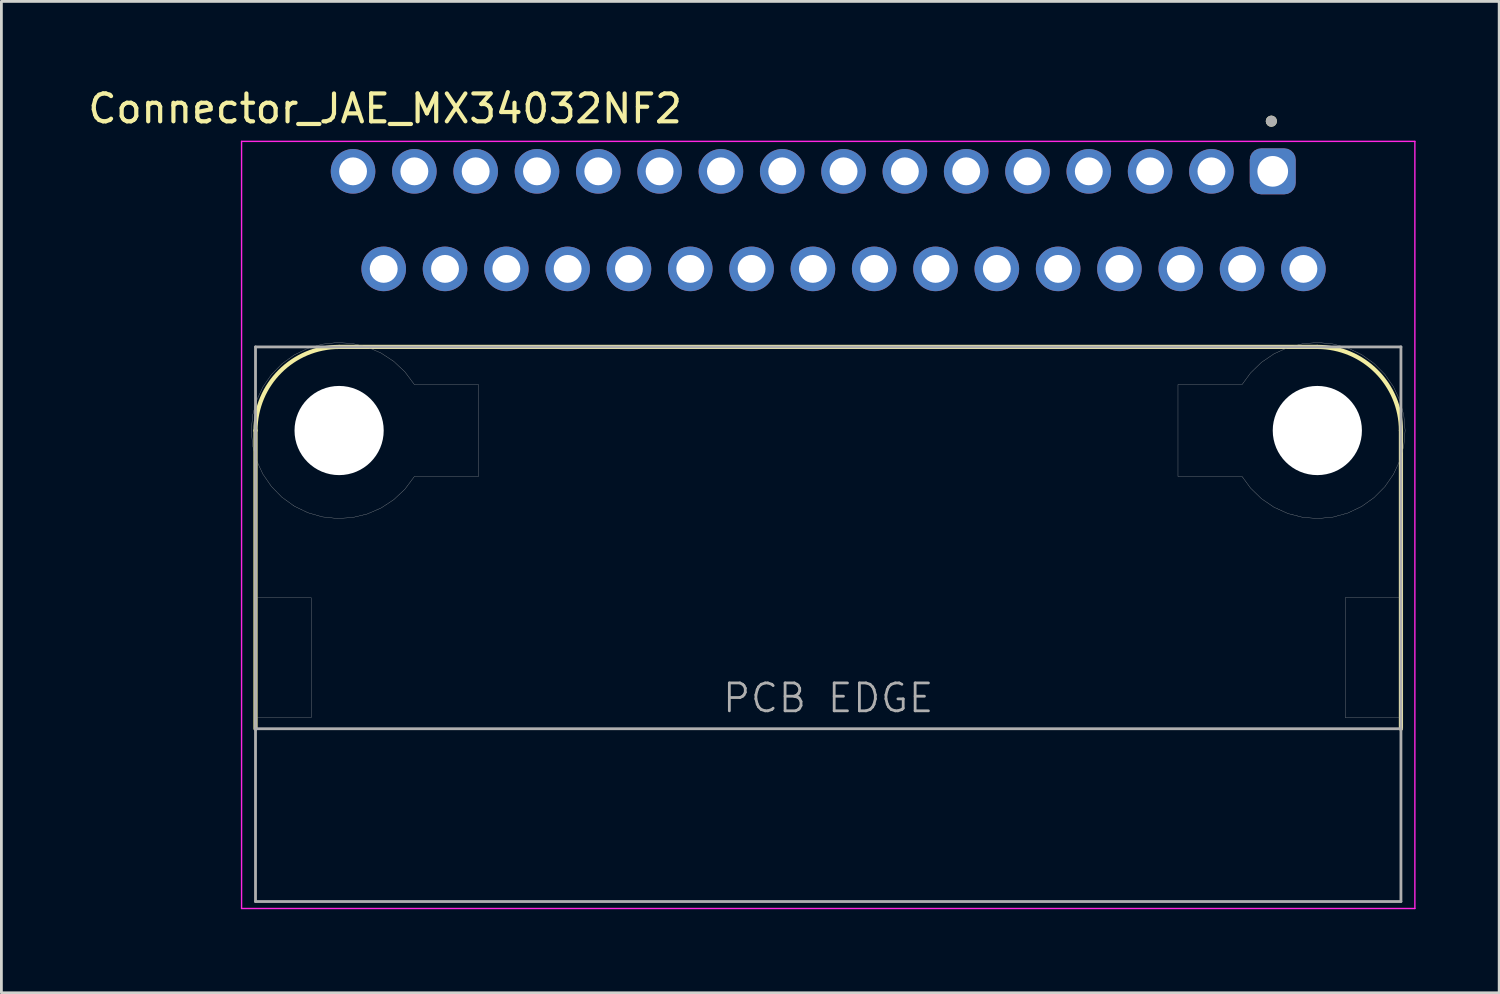
<source format=kicad_pcb>
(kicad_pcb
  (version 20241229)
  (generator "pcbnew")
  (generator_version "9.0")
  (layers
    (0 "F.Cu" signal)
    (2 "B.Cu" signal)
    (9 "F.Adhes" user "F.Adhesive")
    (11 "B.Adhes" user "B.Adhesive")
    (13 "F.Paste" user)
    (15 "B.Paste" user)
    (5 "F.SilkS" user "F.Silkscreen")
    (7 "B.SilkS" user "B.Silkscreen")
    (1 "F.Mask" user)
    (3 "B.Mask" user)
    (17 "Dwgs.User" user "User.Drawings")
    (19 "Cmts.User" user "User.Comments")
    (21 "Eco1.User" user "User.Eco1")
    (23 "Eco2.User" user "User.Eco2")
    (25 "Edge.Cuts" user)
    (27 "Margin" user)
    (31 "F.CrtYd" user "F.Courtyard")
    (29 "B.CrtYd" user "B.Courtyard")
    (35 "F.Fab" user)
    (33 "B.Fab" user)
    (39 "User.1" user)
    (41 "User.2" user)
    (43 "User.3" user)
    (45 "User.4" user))
  (footprint "Connector_JAE_MX34032NF2"
    (layer "F.Cu")
    (at 26.668 12.398)
    (property "Reference" "Connector_JAE_MX34032NF2" (at -15.9 -11.55 0) (layer "F.SilkS") (effects (font (size 1 1) (thickness 0.15))))
    (attr through_hole)
    (fp_line (start -20.55 0) (end -20.55 10.7) (stroke (width 0.15) (type solid)) (layer "F.SilkS"))
    (fp_line (start -17.55 -3) (end 17.55 -3) (stroke (width 0.15) (type solid)) (layer "F.SilkS"))
    (fp_line (start 20.55 0) (end 20.55 10.7) (stroke (width 0.15) (type solid)) (layer "F.SilkS"))
    (fp_arc (start -20.55 0) (mid -19.67132 -2.12132) (end -17.55 -3) (stroke (width 0.15) (type solid)) (layer "F.SilkS"))
    (fp_arc (start 17.55 -3) (mid 19.67132 -2.12132) (end 20.55 0) (stroke (width 0.15) (type solid)) (layer "F.SilkS"))
    (fp_circle (center 15.9 -11.1) (end 16 -11.1) (stroke (width 0.2) (type solid)) (fill no) (layer "F.SilkS"))
    (fp_line (start -21.05 -10.375) (end 21.05 -10.375) (stroke (width 0.05) (type solid)) (layer "F.CrtYd"))
    (fp_line (start -21.05 17.15) (end -21.05 -10.375) (stroke (width 0.05) (type solid)) (layer "F.CrtYd"))
    (fp_line (start 21.05 -10.375) (end 21.05 17.15) (stroke (width 0.05) (type solid)) (layer "F.CrtYd"))
    (fp_line (start 21.05 17.15) (end -21.05 17.15) (stroke (width 0.05) (type solid)) (layer "F.CrtYd"))
    (fp_line (start -20.55 -3) (end 20.55 -3) (stroke (width 0.1) (type solid)) (layer "F.Fab"))
    (fp_line (start -20.55 10.7) (end -20.55 -3) (stroke (width 0.1) (type solid)) (layer "F.Fab"))
    (fp_line (start -20.55 16.9) (end -20.55 10.7) (stroke (width 0.1) (type solid)) (layer "F.Fab"))
    (fp_line (start 20.55 -3) (end 20.55 10.7) (stroke (width 0.1) (type solid)) (layer "F.Fab"))
    (fp_line (start 20.55 10.7) (end -20.55 10.7) (stroke (width 0.1) (type solid)) (layer "F.Fab"))
    (fp_line (start 20.55 10.7) (end 20.55 16.9) (stroke (width 0.1) (type solid)) (layer "F.Fab"))
    (fp_line (start 20.55 16.9) (end -20.55 16.9) (stroke (width 0.1) (type solid)) (layer "F.Fab"))
    (fp_circle (center 15.9 -11.1) (end 16 -11.1) (stroke (width 0.2) (type solid)) (fill no) (layer "F.Fab"))
    (fp_poly (pts (xy -20.55 6) (xy -18.55 6) (xy -18.55 10.3) (xy -20.55 10.3)) (stroke (width 0.01) (type solid)) (fill no) (layer "F.Fab"))
    (fp_poly (pts (xy 18.55 6) (xy 20.55 6) (xy 20.55 10.3) (xy 18.55 10.3)) (stroke (width 0.01) (type solid)) (fill no) (layer "F.Fab"))
    (fp_poly (pts (xy -14.85 -1.65) (xy -12.55 -1.65) (xy -12.55 1.65) (xy -14.85 1.65) (xy -15.191 2.108) (xy -15.587 2.479) (xy -16.041 2.778) (xy -16.539 2.994) (xy -17.067 3.122) (xy -17.609 3.157) (xy -18.149 3.099) (xy -18.671 2.949) (xy -19.16 2.713) (xy -19.6 2.395) (xy -19.98 2.007) (xy -20.288 1.56) (xy -20.515 1.066) (xy -20.654 0.541) (xy -20.7 0) (xy -20.654 -0.541) (xy -20.515 -1.066) (xy -20.288 -1.56) (xy -19.98 -2.007) (xy -19.6 -2.395) (xy -19.16 -2.713) (xy -18.671 -2.949) (xy -18.149 -3.099) (xy -17.609 -3.157) (xy -17.067 -3.122) (xy -16.539 -2.994) (xy -16.041 -2.778) (xy -15.587 -2.479) (xy -15.191 -2.108) (xy -14.85 -1.65)) (stroke (width 0.01) (type solid)) (fill no) (layer "F.Fab"))
    (fp_poly (pts (xy 14.85 -1.65) (xy 12.55 -1.65) (xy 12.55 1.65) (xy 14.85 1.65) (xy 15.157 2.069) (xy 15.55 2.45) (xy 16.002 2.757) (xy 16.501 2.981) (xy 17.03 3.116) (xy 17.576 3.158) (xy 18.12 3.105) (xy 18.647 2.959) (xy 19.141 2.724) (xy 19.586 2.407) (xy 19.971 2.019) (xy 20.283 1.569) (xy 20.513 1.073) (xy 20.653 0.545) (xy 20.7 0) (xy 20.653 -0.545) (xy 20.513 -1.073) (xy 20.283 -1.569) (xy 19.971 -2.019) (xy 19.586 -2.407) (xy 19.141 -2.724) (xy 18.647 -2.959) (xy 18.12 -3.105) (xy 17.576 -3.158) (xy 17.03 -3.116) (xy 16.501 -2.981) (xy 16.002 -2.757) (xy 15.55 -2.45) (xy 15.157 -2.069) (xy 14.85 -1.65)) (stroke (width 0.01) (type solid)) (fill no) (layer "F.Fab"))
    (fp_text user "PCB EDGE" (at 0 9.6 0) (layer "F.Fab") (effects (font (size 1 1) (thickness 0.1))))
    (pad "" np_thru_hole circle (at -17.55 0) (size 3.2 3.2) (drill 3.2) (layers "*.Cu" "*.Mask"))
    (pad "" np_thru_hole circle (at 17.55 0) (size 3.2 3.2) (drill 3.2) (layers "*.Cu" "*.Mask"))
    (pad "1" thru_hole roundrect (at 15.95 -9.3) (size 1.65 1.65) (drill 1.1) (layers "*.Cu" "*.Mask") (roundrect_rratio 0.25))
    (pad "2" thru_hole circle (at 13.75 -9.3) (size 1.6 1.6) (drill 1) (layers "*.Cu" "*.Mask"))
    (pad "3" thru_hole circle (at 11.55 -9.3) (size 1.6 1.6) (drill 1) (layers "*.Cu" "*.Mask"))
    (pad "4" thru_hole circle (at 9.35 -9.3) (size 1.6 1.6) (drill 1) (layers "*.Cu" "*.Mask"))
    (pad "5" thru_hole circle (at 7.15 -9.3) (size 1.6 1.6) (drill 1) (layers "*.Cu" "*.Mask"))
    (pad "6" thru_hole circle (at 4.95 -9.3) (size 1.6 1.6) (drill 1) (layers "*.Cu" "*.Mask"))
    (pad "7" thru_hole circle (at 2.75 -9.3) (size 1.6 1.6) (drill 1) (layers "*.Cu" "*.Mask"))
    (pad "8" thru_hole circle (at 0.55 -9.3) (size 1.6 1.6) (drill 1) (layers "*.Cu" "*.Mask"))
    (pad "9" thru_hole circle (at -1.65 -9.3) (size 1.6 1.6) (drill 1) (layers "*.Cu" "*.Mask"))
    (pad "10" thru_hole circle (at -3.85 -9.3) (size 1.6 1.6) (drill 1) (layers "*.Cu" "*.Mask"))
    (pad "11" thru_hole circle (at -6.05 -9.3) (size 1.6 1.6) (drill 1) (layers "*.Cu" "*.Mask"))
    (pad "12" thru_hole circle (at -8.25 -9.3) (size 1.6 1.6) (drill 1) (layers "*.Cu" "*.Mask"))
    (pad "13" thru_hole circle (at -10.45 -9.3) (size 1.6 1.6) (drill 1) (layers "*.Cu" "*.Mask"))
    (pad "14" thru_hole circle (at -12.65 -9.3) (size 1.6 1.6) (drill 1) (layers "*.Cu" "*.Mask"))
    (pad "15" thru_hole circle (at -14.85 -9.3) (size 1.6 1.6) (drill 1) (layers "*.Cu" "*.Mask"))
    (pad "16" thru_hole circle (at -17.05 -9.3) (size 1.6 1.6) (drill 1) (layers "*.Cu" "*.Mask"))
    (pad "17" thru_hole circle (at 17.05 -5.8) (size 1.6 1.6) (drill 1) (layers "*.Cu" "*.Mask"))
    (pad "18" thru_hole circle (at 14.85 -5.8) (size 1.6 1.6) (drill 1) (layers "*.Cu" "*.Mask"))
    (pad "19" thru_hole circle (at 12.65 -5.8) (size 1.6 1.6) (drill 1) (layers "*.Cu" "*.Mask"))
    (pad "20" thru_hole circle (at 10.45 -5.8) (size 1.6 1.6) (drill 1) (layers "*.Cu" "*.Mask"))
    (pad "21" thru_hole circle (at 8.25 -5.8) (size 1.6 1.6) (drill 1) (layers "*.Cu" "*.Mask"))
    (pad "22" thru_hole circle (at 6.05 -5.8) (size 1.6 1.6) (drill 1) (layers "*.Cu" "*.Mask"))
    (pad "23" thru_hole circle (at 3.85 -5.8) (size 1.6 1.6) (drill 1) (layers "*.Cu" "*.Mask"))
    (pad "24" thru_hole circle (at 1.65 -5.8) (size 1.6 1.6) (drill 1) (layers "*.Cu" "*.Mask"))
    (pad "25" thru_hole circle (at -0.55 -5.8) (size 1.6 1.6) (drill 1) (layers "*.Cu" "*.Mask"))
    (pad "26" thru_hole circle (at -2.75 -5.8) (size 1.6 1.6) (drill 1) (layers "*.Cu" "*.Mask"))
    (pad "27" thru_hole circle (at -4.95 -5.8) (size 1.6 1.6) (drill 1) (layers "*.Cu" "*.Mask"))
    (pad "28" thru_hole circle (at -7.15 -5.8) (size 1.6 1.6) (drill 1) (layers "*.Cu" "*.Mask"))
    (pad "29" thru_hole circle (at -9.35 -5.8) (size 1.6 1.6) (drill 1) (layers "*.Cu" "*.Mask"))
    (pad "30" thru_hole circle (at -11.55 -5.8) (size 1.6 1.6) (drill 1) (layers "*.Cu" "*.Mask"))
    (pad "31" thru_hole circle (at -13.75 -5.8) (size 1.6 1.6) (drill 1) (layers "*.Cu" "*.Mask"))
    (pad "32" thru_hole circle (at -15.95 -5.8) (size 1.6 1.6) (drill 1) (layers "*.Cu" "*.Mask")))
  (gr_rect
    (start -3 -3)
    (end 50.743 32.573)
    (stroke (width 0.1) (type default))
    (fill no)
    (layer "Edge.Cuts")))
</source>
